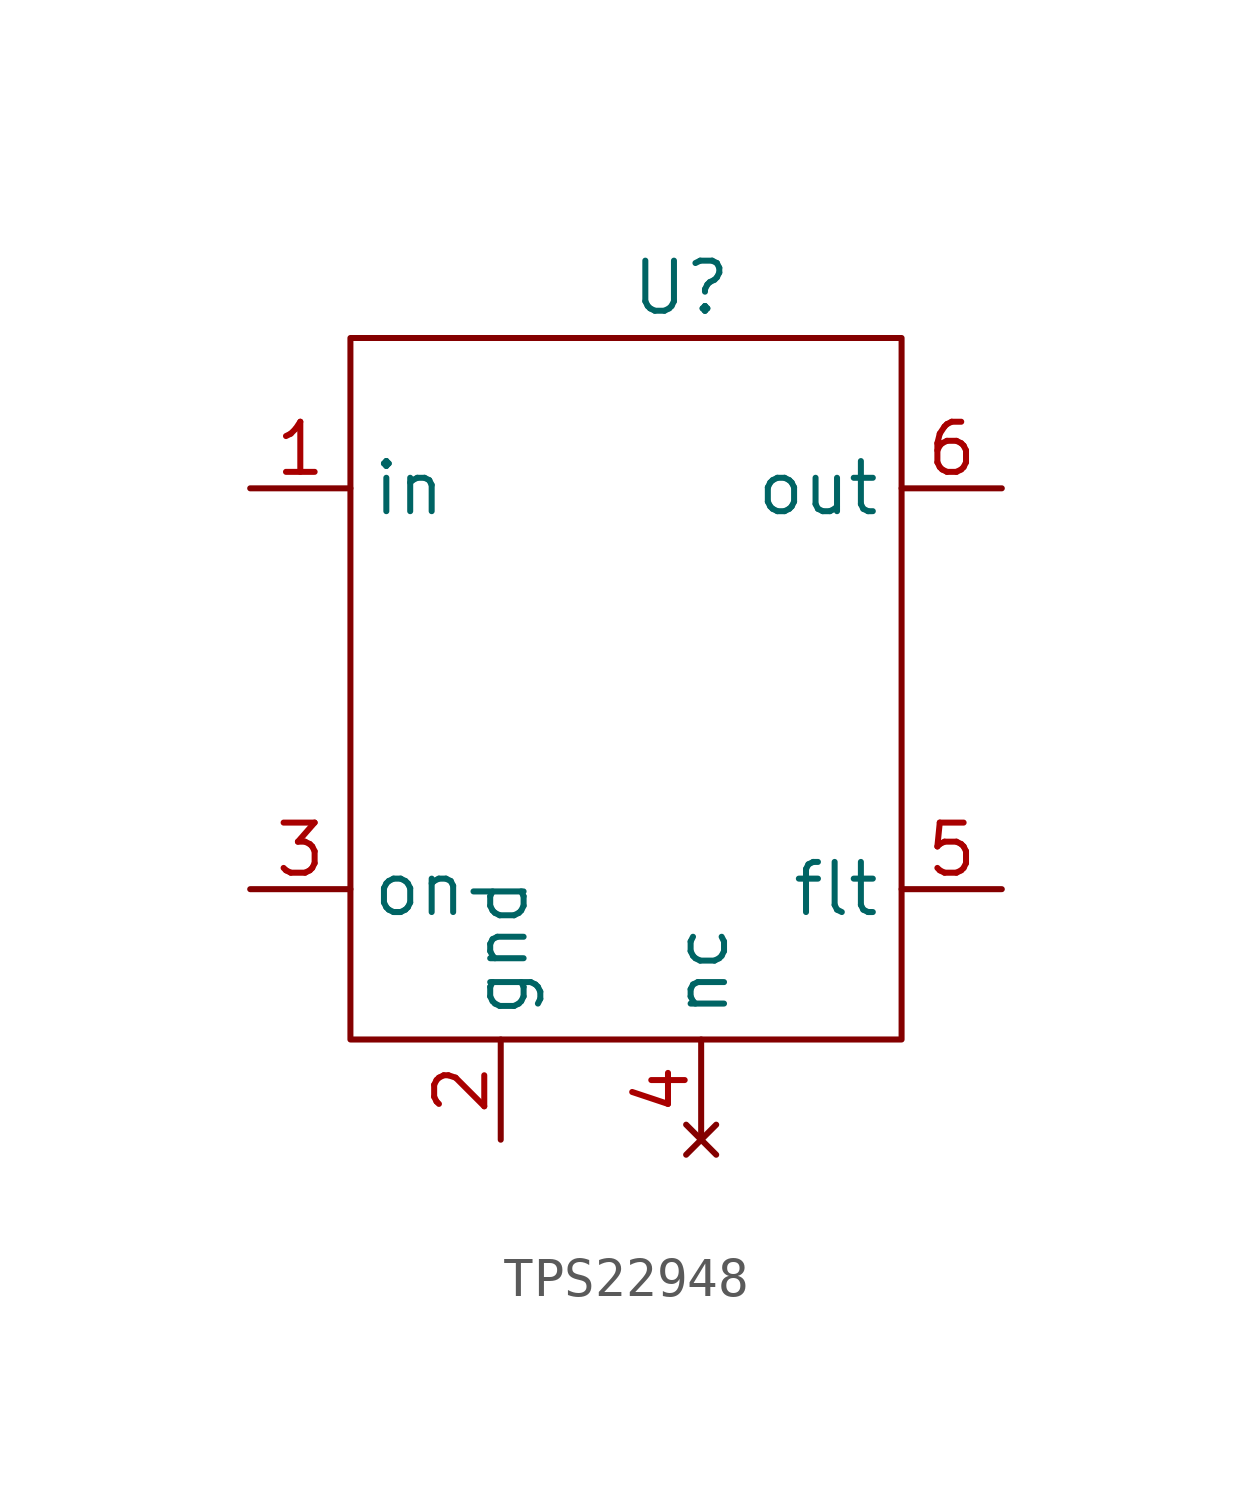
<source format=kicad_sym>
(kicad_symbol_lib
  (version 20241209)
  (generator "kicad_symbol_editor")
  (generator_version "9.0")
  (symbol "TPS22948"
    (property "Reference" "U"
      (at 2.032 10.16 0)
      (effects (font (size 1.27 1.27))))
    (property "Value" ""
      (at 0 0 0)
      (effects (font (size 1.27 1.27))))
    (symbol "TPS22948_0_1"
      (rectangle (start -6.35 8.89) (end 7.62 -8.89) (stroke (width 0) (type default)) (fill (type none))))
    (symbol "TPS22948_1_1"
      (pin passive line (at -8.89 5.08 0) (length 2.54) (name "in" (effects (font (size 1.27 1.27)))) (number "1" (effects (font (size 1.27 1.27)))))
      (pin input line (at -8.89 -5.08 0) (length 2.54) (name "on" (effects (font (size 1.27 1.27)))) (number "3" (effects (font (size 1.27 1.27)))))
      (pin passive line (at -2.54 -11.43 90) (length 2.54) (name "gnd" (effects (font (size 1.27 1.27)))) (number "2" (effects (font (size 1.27 1.27)))))
      (pin no_connect line (at 2.54 -11.43 90) (length 2.54) (name "nc" (effects (font (size 1.27 1.27)))) (number "4" (effects (font (size 1.27 1.27)))))
      (pin passive line (at 10.16 5.08 180) (length 2.54) (name "out" (effects (font (size 1.27 1.27)))) (number "6" (effects (font (size 1.27 1.27)))))
      (pin open_collector line (at 10.16 -5.08 180) (length 2.54) (name "flt" (effects (font (size 1.27 1.27)))) (number "5" (effects (font (size 1.27 1.27))))))))
</source>
